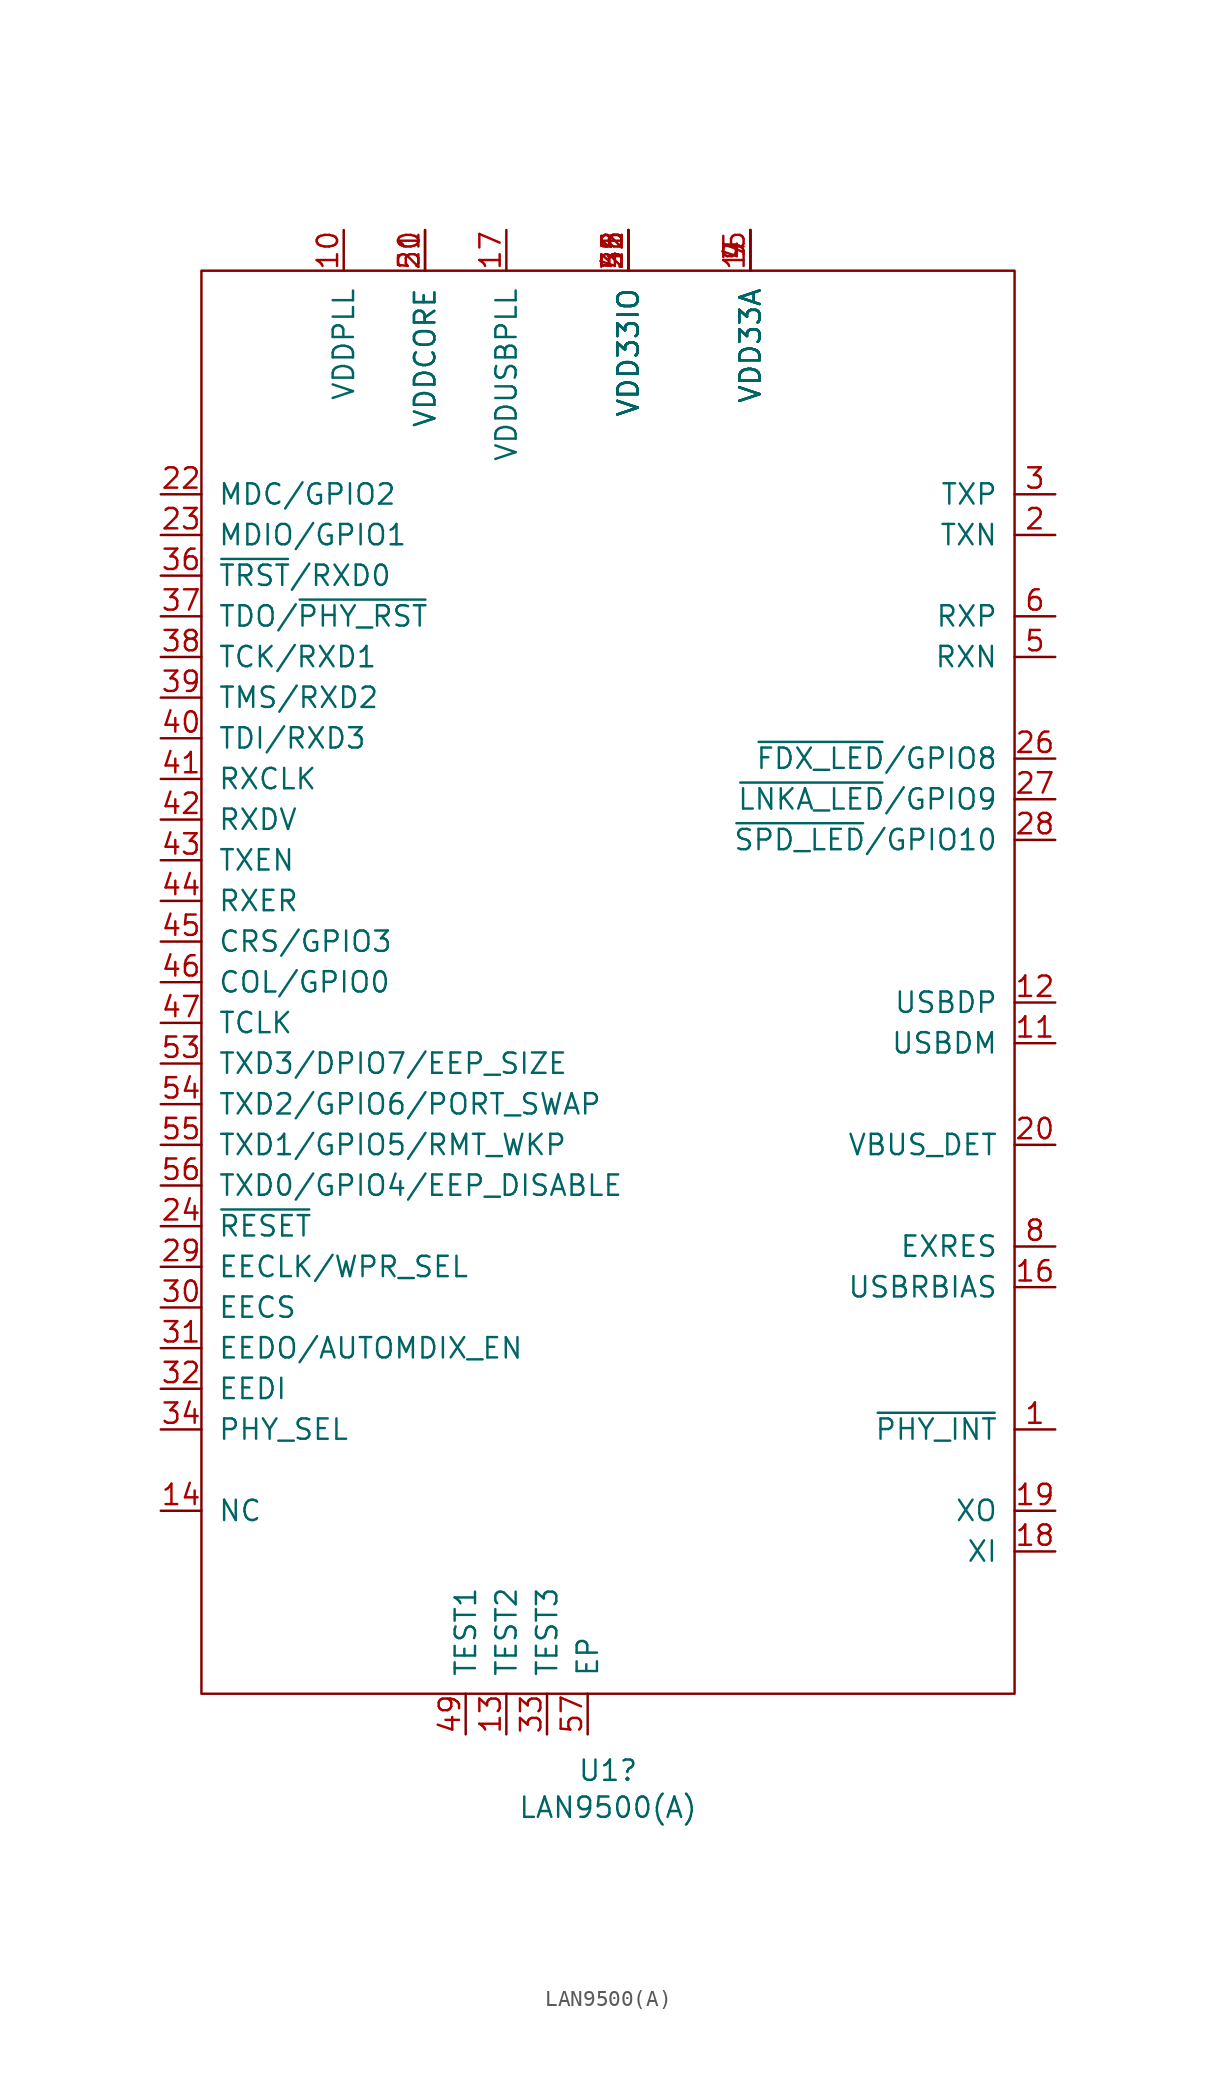
<source format=kicad_sym>
(kicad_symbol_lib
  (version 20211014)
  (generator kicad_symbol_editor)
  (symbol "LAN9500(A)"
    (pin_names
      (offset 1.016))
    (property "Reference" "U1"
      (at 0 -55.601 0)
      (effects (font (size 1.27 1.27))))
    (property "Value" "LAN9500(A)"
      (at 0 -57.912 0)
      (effects (font (size 1.27 1.27))))
    (symbol "LAN9500(A)_0_1"
      (rectangle (start 25.4 -50.8) (end -25.4 38.1) (stroke (width 0) (type default) (color 0 0 0 0)) (fill (type none))))
    (symbol "LAN9500(A)_1_1"
      (pin unspecified line (at 27.94 -34.29 180) (length 2.54) (name "~{PHY_INT}" (effects (font (size 1.27 1.27)))) (number "1" (effects (font (size 1.27 1.27)))))
      (pin power_in line (at -16.51 40.64 270) (length 2.54) (name "VDDPLL" (effects (font (size 1.27 1.27)))) (number "10" (effects (font (size 1.27 1.27)))))
      (pin unspecified line (at 27.94 -10.16 180) (length 2.54) (name "USBDM" (effects (font (size 1.27 1.27)))) (number "11" (effects (font (size 1.27 1.27)))))
      (pin unspecified line (at 27.94 -7.62 180) (length 2.54) (name "USBDP" (effects (font (size 1.27 1.27)))) (number "12" (effects (font (size 1.27 1.27)))))
      (pin unspecified line (at -6.35 -53.34 90) (length 2.54) (name "TEST2" (effects (font (size 1.27 1.27)))) (number "13" (effects (font (size 1.27 1.27)))))
      (pin bidirectional line (at -27.94 -39.37 0) (length 2.54) (name "NC" (effects (font (size 1.27 1.27)))) (number "14" (effects (font (size 1.27 1.27)))))
      (pin power_in line (at 8.89 40.64 270) (length 2.54) (name "VDD33A" (effects (font (size 1.27 1.27)))) (number "15" (effects (font (size 1.27 1.27)))))
      (pin unspecified line (at 27.94 -25.4 180) (length 2.54) (name "USBRBIAS" (effects (font (size 1.27 1.27)))) (number "16" (effects (font (size 1.27 1.27)))))
      (pin power_in line (at -6.35 40.64 270) (length 2.54) (name "VDDUSBPLL" (effects (font (size 1.27 1.27)))) (number "17" (effects (font (size 1.27 1.27)))))
      (pin unspecified line (at 27.94 -41.91 180) (length 2.54) (name "XI" (effects (font (size 1.27 1.27)))) (number "18" (effects (font (size 1.27 1.27)))))
      (pin unspecified line (at 27.94 -39.37 180) (length 2.54) (name "XO" (effects (font (size 1.27 1.27)))) (number "19" (effects (font (size 1.27 1.27)))))
      (pin unspecified line (at 27.94 21.59 180) (length 2.54) (name "TXN" (effects (font (size 1.27 1.27)))) (number "2" (effects (font (size 1.27 1.27)))))
      (pin unspecified line (at 27.94 -16.51 180) (length 2.54) (name "VBUS_DET" (effects (font (size 1.27 1.27)))) (number "20" (effects (font (size 1.27 1.27)))))
      (pin power_out line (at -11.43 40.64 270) (length 2.54) (name "VDDCORE" (effects (font (size 1.27 1.27)))) (number "21" (effects (font (size 1.27 1.27)))))
      (pin bidirectional line (at -27.94 24.13 0) (length 2.54) (name "MDC/GPIO2" (effects (font (size 1.27 1.27)))) (number "22" (effects (font (size 1.27 1.27)))))
      (pin bidirectional line (at -27.94 21.59 0) (length 2.54) (name "MDIO/GPIO1" (effects (font (size 1.27 1.27)))) (number "23" (effects (font (size 1.27 1.27)))))
      (pin bidirectional line (at -27.94 -21.59 0) (length 2.54) (name "~{RESET}" (effects (font (size 1.27 1.27)))) (number "24" (effects (font (size 1.27 1.27)))))
      (pin power_in line (at 1.27 40.64 270) (length 2.54) (name "VDD33IO" (effects (font (size 1.27 1.27)))) (number "25" (effects (font (size 1.27 1.27)))))
      (pin unspecified line (at 27.94 7.62 180) (length 2.54) (name "~{FDX_LED}/GPIO8" (effects (font (size 1.27 1.27)))) (number "26" (effects (font (size 1.27 1.27)))))
      (pin unspecified line (at 27.94 5.08 180) (length 2.54) (name "~{LNKA_LED}/GPIO9" (effects (font (size 1.27 1.27)))) (number "27" (effects (font (size 1.27 1.27)))))
      (pin unspecified line (at 27.94 2.54 180) (length 2.54) (name "~{SPD_LED}/GPIO10" (effects (font (size 1.27 1.27)))) (number "28" (effects (font (size 1.27 1.27)))))
      (pin bidirectional line (at -27.94 -24.13 0) (length 2.54) (name "EECLK/WPR_SEL" (effects (font (size 1.27 1.27)))) (number "29" (effects (font (size 1.27 1.27)))))
      (pin unspecified line (at 27.94 24.13 180) (length 2.54) (name "TXP" (effects (font (size 1.27 1.27)))) (number "3" (effects (font (size 1.27 1.27)))))
      (pin bidirectional line (at -27.94 -26.67 0) (length 2.54) (name "EECS" (effects (font (size 1.27 1.27)))) (number "30" (effects (font (size 1.27 1.27)))))
      (pin bidirectional line (at -27.94 -29.21 0) (length 2.54) (name "EEDO/AUTOMDIX_EN" (effects (font (size 1.27 1.27)))) (number "31" (effects (font (size 1.27 1.27)))))
      (pin bidirectional line (at -27.94 -31.75 0) (length 2.54) (name "EEDI" (effects (font (size 1.27 1.27)))) (number "32" (effects (font (size 1.27 1.27)))))
      (pin bidirectional line (at -3.81 -53.34 90) (length 2.54) (name "TEST3" (effects (font (size 1.27 1.27)))) (number "33" (effects (font (size 1.27 1.27)))))
      (pin bidirectional line (at -27.94 -34.29 0) (length 2.54) (name "PHY_SEL" (effects (font (size 1.27 1.27)))) (number "34" (effects (font (size 1.27 1.27)))))
      (pin power_in line (at 1.27 40.64 270) (length 2.54) (name "VDD33IO" (effects (font (size 1.27 1.27)))) (number "35" (effects (font (size 1.27 1.27)))))
      (pin bidirectional line (at -27.94 19.05 0) (length 2.54) (name "~{TRST}/RXD0" (effects (font (size 1.27 1.27)))) (number "36" (effects (font (size 1.27 1.27)))))
      (pin bidirectional line (at -27.94 16.51 0) (length 2.54) (name "TDO/~{PHY_RST}" (effects (font (size 1.27 1.27)))) (number "37" (effects (font (size 1.27 1.27)))))
      (pin bidirectional line (at -27.94 13.97 0) (length 2.54) (name "TCK/RXD1" (effects (font (size 1.27 1.27)))) (number "38" (effects (font (size 1.27 1.27)))))
      (pin bidirectional line (at -27.94 11.43 0) (length 2.54) (name "TMS/RXD2" (effects (font (size 1.27 1.27)))) (number "39" (effects (font (size 1.27 1.27)))))
      (pin power_in line (at 8.89 40.64 270) (length 2.54) (name "VDD33A" (effects (font (size 1.27 1.27)))) (number "4" (effects (font (size 1.27 1.27)))))
      (pin bidirectional line (at -27.94 8.89 0) (length 2.54) (name "TDI/RXD3" (effects (font (size 1.27 1.27)))) (number "40" (effects (font (size 1.27 1.27)))))
      (pin bidirectional line (at -27.94 6.35 0) (length 2.54) (name "RXCLK" (effects (font (size 1.27 1.27)))) (number "41" (effects (font (size 1.27 1.27)))))
      (pin bidirectional line (at -27.94 3.81 0) (length 2.54) (name "RXDV" (effects (font (size 1.27 1.27)))) (number "42" (effects (font (size 1.27 1.27)))))
      (pin bidirectional line (at -27.94 1.27 0) (length 2.54) (name "TXEN" (effects (font (size 1.27 1.27)))) (number "43" (effects (font (size 1.27 1.27)))))
      (pin bidirectional line (at -27.94 -1.27 0) (length 2.54) (name "RXER" (effects (font (size 1.27 1.27)))) (number "44" (effects (font (size 1.27 1.27)))))
      (pin bidirectional line (at -27.94 -3.81 0) (length 2.54) (name "CRS/GPIO3" (effects (font (size 1.27 1.27)))) (number "45" (effects (font (size 1.27 1.27)))))
      (pin bidirectional line (at -27.94 -6.35 0) (length 2.54) (name "COL/GPIO0" (effects (font (size 1.27 1.27)))) (number "46" (effects (font (size 1.27 1.27)))))
      (pin bidirectional line (at -27.94 -8.89 0) (length 2.54) (name "TCLK" (effects (font (size 1.27 1.27)))) (number "47" (effects (font (size 1.27 1.27)))))
      (pin power_in line (at 1.27 40.64 270) (length 2.54) (name "VDD33IO" (effects (font (size 1.27 1.27)))) (number "48" (effects (font (size 1.27 1.27)))))
      (pin unspecified line (at -8.89 -53.34 90) (length 2.54) (name "TEST1" (effects (font (size 1.27 1.27)))) (number "49" (effects (font (size 1.27 1.27)))))
      (pin unspecified line (at 27.94 13.97 180) (length 2.54) (name "RXN" (effects (font (size 1.27 1.27)))) (number "5" (effects (font (size 1.27 1.27)))))
      (pin power_out line (at -11.43 40.64 270) (length 2.54) (name "VDDCORE" (effects (font (size 1.27 1.27)))) (number "50" (effects (font (size 1.27 1.27)))))
      (pin power_in line (at 1.27 40.64 270) (length 2.54) (name "VDD33IO" (effects (font (size 1.27 1.27)))) (number "51" (effects (font (size 1.27 1.27)))))
      (pin power_in line (at 1.27 40.64 270) (length 2.54) (name "VDD33IO" (effects (font (size 1.27 1.27)))) (number "52" (effects (font (size 1.27 1.27)))))
      (pin bidirectional line (at -27.94 -11.43 0) (length 2.54) (name "TXD3/DPIO7/EEP_SIZE" (effects (font (size 1.27 1.27)))) (number "53" (effects (font (size 1.27 1.27)))))
      (pin bidirectional line (at -27.94 -13.97 0) (length 2.54) (name "TXD2/GPIO6/PORT_SWAP" (effects (font (size 1.27 1.27)))) (number "54" (effects (font (size 1.27 1.27)))))
      (pin bidirectional line (at -27.94 -16.51 0) (length 2.54) (name "TXD1/GPIO5/RMT_WKP" (effects (font (size 1.27 1.27)))) (number "55" (effects (font (size 1.27 1.27)))))
      (pin bidirectional line (at -27.94 -19.05 0) (length 2.54) (name "TXD0/GPIO4/EEP_DISABLE" (effects (font (size 1.27 1.27)))) (number "56" (effects (font (size 1.27 1.27)))))
      (pin unspecified line (at -1.27 -53.34 90) (length 2.54) (name "EP" (effects (font (size 1.27 1.27)))) (number "57" (effects (font (size 1.27 1.27)))))
      (pin unspecified line (at 27.94 16.51 180) (length 2.54) (name "RXP" (effects (font (size 1.27 1.27)))) (number "6" (effects (font (size 1.27 1.27)))))
      (pin power_in line (at 8.89 40.64 270) (length 2.54) (name "VDD33A" (effects (font (size 1.27 1.27)))) (number "7" (effects (font (size 1.27 1.27)))))
      (pin unspecified line (at 27.94 -22.86 180) (length 2.54) (name "EXRES" (effects (font (size 1.27 1.27)))) (number "8" (effects (font (size 1.27 1.27)))))
      (pin power_in line (at 8.89 40.64 270) (length 2.54) (name "VDD33A" (effects (font (size 1.27 1.27)))) (number "9" (effects (font (size 1.27 1.27))))))))
</source>
